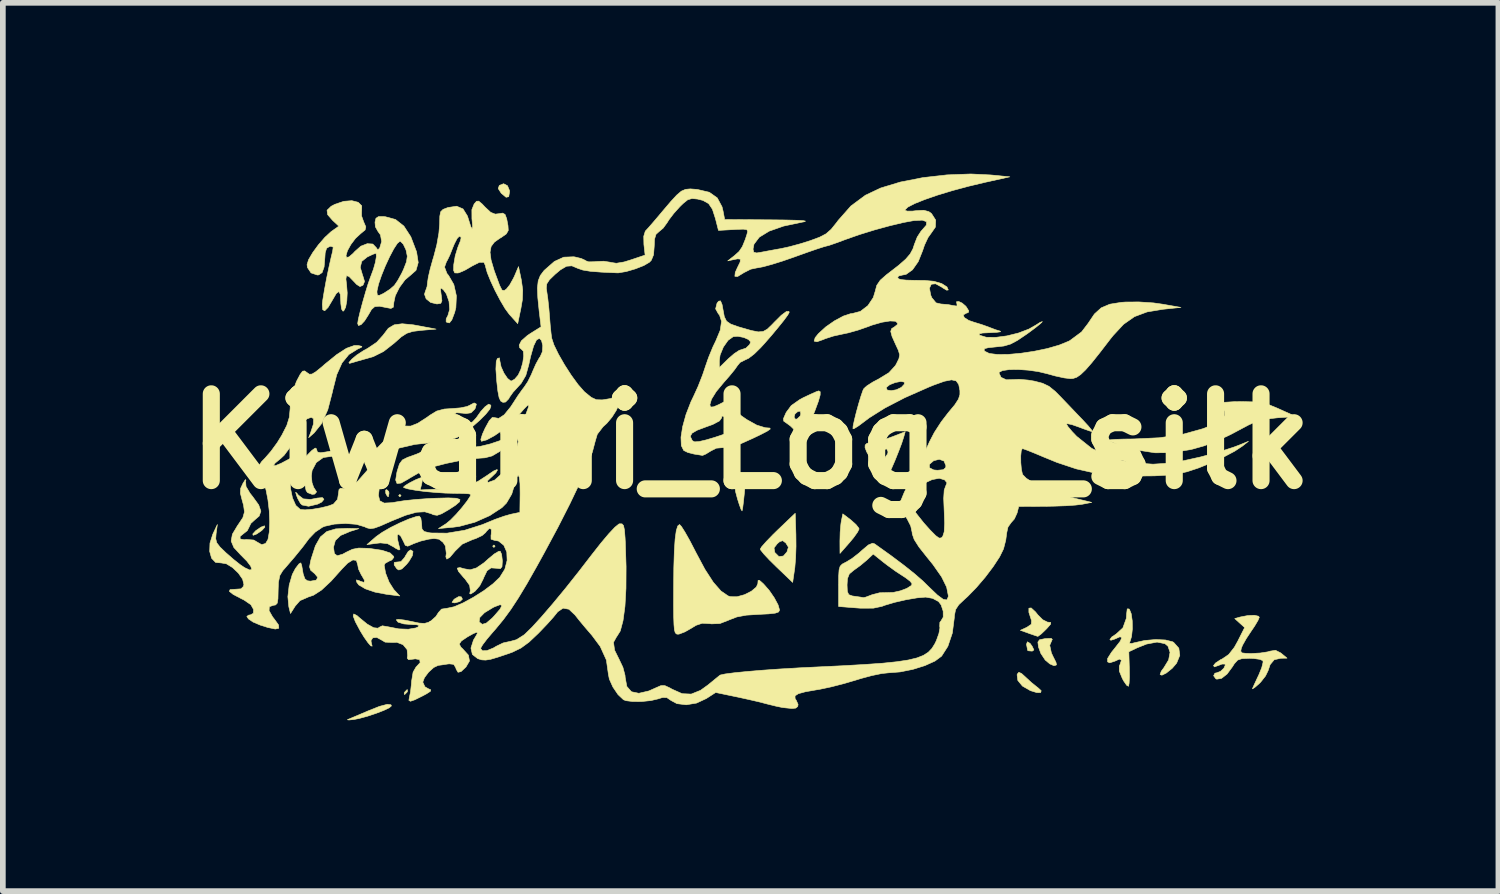
<source format=kicad_pcb>
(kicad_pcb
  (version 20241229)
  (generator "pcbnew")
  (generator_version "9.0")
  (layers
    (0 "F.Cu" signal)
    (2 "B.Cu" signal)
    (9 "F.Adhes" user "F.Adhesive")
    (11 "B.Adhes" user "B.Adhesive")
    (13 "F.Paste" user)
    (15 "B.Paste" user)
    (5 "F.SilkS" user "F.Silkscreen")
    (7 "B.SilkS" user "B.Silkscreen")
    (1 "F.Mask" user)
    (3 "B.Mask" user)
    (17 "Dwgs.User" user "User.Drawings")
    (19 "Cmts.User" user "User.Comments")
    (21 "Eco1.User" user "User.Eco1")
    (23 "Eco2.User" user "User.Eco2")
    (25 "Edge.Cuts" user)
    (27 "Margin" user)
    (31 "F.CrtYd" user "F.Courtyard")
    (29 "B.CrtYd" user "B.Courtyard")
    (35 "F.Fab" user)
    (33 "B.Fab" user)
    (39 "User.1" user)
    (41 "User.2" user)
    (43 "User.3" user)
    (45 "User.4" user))
  (footprint "Kiwami_Logo_silk"
    (layer "F.Cu")
    (at 10.131 4.7)
    (property "Reference" "Kiwami_Logo_silk" (at 0 0 0) (layer "F.SilkS") (effects (font (size 1.524 1.524) (thickness 0.3))))
    (attr through_hole)
    (fp_poly (pts (xy -6.138 0.953) (xy -6.16 0.974) (xy -6.181 0.953) (xy -6.16 0.931) (xy -6.138 0.953)) (stroke (width 0.01) (type solid)) (fill yes) (layer "F.SilkS"))
    (fp_poly (pts (xy -4.487 1.841) (xy -4.508 1.863) (xy -4.53 1.841) (xy -4.508 1.82) (xy -4.487 1.841)) (stroke (width 0.01) (type solid)) (fill yes) (layer "F.SilkS"))
    (fp_poly (pts (xy -6.355 0.881) (xy -6.35 0.91) (xy -6.359 0.967) (xy -6.367 0.974) (xy -6.394 0.941) (xy -6.408 0.91) (xy -6.409 0.856) (xy -6.391 0.847) (xy -6.355 0.881)) (stroke (width 0.01) (type solid)) (fill yes) (layer "F.SilkS"))
    (fp_poly (pts (xy -6.025 4.388) (xy -6.032 4.403) (xy -6.072 4.443) (xy -6.08 4.445) (xy -6.083 4.418) (xy -6.075 4.403) (xy -6.035 4.362) (xy -6.028 4.36) (xy -6.025 4.388)) (stroke (width 0.01) (type solid)) (fill yes) (layer "F.SilkS"))
    (fp_poly (pts (xy -5.08 2.731) (xy -5.061 2.771) (xy -5.105 2.812) (xy -5.187 2.835) (xy -5.205 2.836) (xy -5.243 2.827) (xy -5.217 2.786) (xy -5.199 2.768) (xy -5.126 2.726) (xy -5.08 2.731)) (stroke (width 0.01) (type solid)) (fill yes) (layer "F.SilkS"))
    (fp_poly (pts (xy 4.907 3.548) (xy 4.943 3.598) (xy 4.974 3.662) (xy 4.949 3.682) (xy 4.932 3.683) (xy 4.874 3.677) (xy 4.865 3.672) (xy 4.844 3.564) (xy 4.86 3.52) (xy 4.907 3.548)) (stroke (width 0.01) (type solid)) (fill yes) (layer "F.SilkS"))
    (fp_poly (pts (xy -8.53 1.506) (xy -8.58 1.561) (xy -8.588 1.568) (xy -8.674 1.627) (xy -8.736 1.65) (xy -8.742 1.626) (xy -8.692 1.571) (xy -8.684 1.565) (xy -8.598 1.506) (xy -8.536 1.483) (xy -8.53 1.506)) (stroke (width 0.01) (type solid)) (fill yes) (layer "F.SilkS"))
    (fp_poly (pts (xy -4.27 -4.489) (xy -4.234 -4.403) (xy -4.233 -4.383) (xy -4.248 -4.296) (xy -4.294 -4.286) (xy -4.374 -4.352) (xy -4.382 -4.361) (xy -4.432 -4.439) (xy -4.413 -4.494) (xy -4.338 -4.524) (xy -4.27 -4.489)) (stroke (width 0.01) (type solid)) (fill yes) (layer "F.SilkS"))
    (fp_poly (pts (xy 1.762 1.382) (xy 1.85 1.461) (xy 1.9 1.525) (xy 1.904 1.54) (xy 1.877 1.595) (xy 1.809 1.69) (xy 1.736 1.778) (xy 1.569 1.968) (xy 1.568 1.752) (xy 1.572 1.595) (xy 1.585 1.451) (xy 1.592 1.404) (xy 1.619 1.273) (xy 1.762 1.382)) (stroke (width 0.01) (type solid)) (fill yes) (layer "F.SilkS"))
    (fp_poly (pts (xy -7.97 0.908) (xy -7.942 0.944) (xy -7.855 1.01) (xy -7.729 1.02) (xy -7.609 0.996) (xy -7.519 0.988) (xy -7.493 1.018) (xy -7.532 1.066) (xy -7.602 1.102) (xy -7.762 1.14) (xy -7.874 1.118) (xy -7.905 1.09) (xy -7.952 1.006) (xy -7.973 0.953) (xy -7.99 0.894) (xy -7.97 0.908)) (stroke (width 0.01) (type solid)) (fill yes) (layer "F.SilkS"))
    (fp_poly (pts (xy -5.929 1.933) (xy -5.94 2.007) (xy -6 2.108) (xy -6.043 2.161) (xy -6.124 2.24) (xy -6.178 2.259) (xy -6.212 2.238) (xy -6.259 2.171) (xy -6.258 2.127) (xy -6.234 2.122) (xy -6.14 2.112) (xy -6.075 2.038) (xy -6.061 2.011) (xy -6.012 1.933) (xy -5.97 1.905) (xy -5.929 1.933)) (stroke (width 0.01) (type solid)) (fill yes) (layer "F.SilkS"))
    (fp_poly (pts (xy 4.759 4.078) (xy 4.825 4.138) (xy 4.93 4.235) (xy 5.031 4.316) (xy 5.039 4.321) (xy 5.102 4.379) (xy 5.093 4.411) (xy 5.026 4.412) (xy 4.91 4.377) (xy 4.91 4.376) (xy 4.773 4.297) (xy 4.692 4.199) (xy 4.679 4.099) (xy 4.683 4.087) (xy 4.71 4.055) (xy 4.759 4.078)) (stroke (width 0.01) (type solid)) (fill yes) (layer "F.SilkS"))
    (fp_poly (pts (xy -0.1 0.668) (xy -0.102 0.818) (xy -0.109 0.9) (xy -0.125 1.051) (xy -0.139 1.165) (xy -0.15 1.22) (xy -0.151 1.221) (xy -0.169 1.193) (xy -0.201 1.104) (xy -0.23 1.013) (xy -0.266 0.878) (xy -0.274 0.793) (xy -0.254 0.728) (xy -0.232 0.691) (xy -0.164 0.606) (xy -0.12 0.598) (xy -0.1 0.668)) (stroke (width 0.01) (type solid)) (fill yes) (layer "F.SilkS"))
    (fp_poly (pts (xy -6.316 4.626) (xy -6.308 4.646) (xy -6.346 4.679) (xy -6.443 4.725) (xy -6.579 4.777) (xy -6.729 4.827) (xy -6.873 4.866) (xy -6.964 4.884) (xy -7.053 4.893) (xy -7.081 4.889) (xy -7.07 4.883) (xy -7.001 4.854) (xy -6.88 4.803) (xy -6.732 4.74) (xy -6.724 4.736) (xy -6.518 4.654) (xy -6.382 4.618) (xy -6.316 4.626)) (stroke (width 0.01) (type solid)) (fill yes) (layer "F.SilkS"))
    (fp_poly (pts (xy 5.298 3.481) (xy 5.292 3.488) (xy 5.252 3.581) (xy 5.281 3.715) (xy 5.313 3.783) (xy 5.362 3.881) (xy 5.371 3.925) (xy 5.341 3.937) (xy 5.32 3.937) (xy 5.254 3.908) (xy 5.173 3.84) (xy 5.096 3.724) (xy 5.055 3.612) (xy 5.044 3.525) (xy 5.073 3.484) (xy 5.162 3.466) (xy 5.182 3.464) (xy 5.28 3.46) (xy 5.298 3.481)) (stroke (width 0.01) (type solid)) (fill yes) (layer "F.SilkS"))
    (fp_poly (pts (xy 5.002 2.995) (xy 5.044 3.048) (xy 5.128 3.132) (xy 5.211 3.174) (xy 5.223 3.175) (xy 5.27 3.181) (xy 5.267 3.211) (xy 5.208 3.279) (xy 5.186 3.302) (xy 5.105 3.38) (xy 5.049 3.422) (xy 5.04 3.424) (xy 4.988 3.407) (xy 4.892 3.374) (xy 4.877 3.368) (xy 4.737 3.318) (xy 4.849 3.266) (xy 4.928 3.213) (xy 4.934 3.148) (xy 4.931 3.142) (xy 4.886 3.003) (xy 4.886 2.93) (xy 4.926 2.925) (xy 5.002 2.995)) (stroke (width 0.01) (type solid)) (fill yes) (layer "F.SilkS"))
    (fp_poly (pts (xy -5.924 -2.046) (xy -5.826 -2.028) (xy -5.524 -1.971) (xy -5.784 -1.949) (xy -5.931 -1.931) (xy -6.037 -1.898) (xy -6.135 -1.835) (xy -6.255 -1.728) (xy -6.445 -1.579) (xy -6.626 -1.488) (xy -6.652 -1.48) (xy -6.798 -1.439) (xy -6.932 -1.401) (xy -6.96 -1.392) (xy -7.043 -1.369) (xy -7.055 -1.382) (xy -7.004 -1.442) (xy -7.002 -1.444) (xy -6.916 -1.516) (xy -6.791 -1.597) (xy -6.726 -1.632) (xy -6.567 -1.739) (xy -6.45 -1.868) (xy -6.442 -1.88) (xy -6.361 -1.986) (xy -6.259 -2.046) (xy -6.119 -2.065) (xy -5.924 -2.046)) (stroke (width 0.01) (type solid)) (fill yes) (layer "F.SilkS"))
    (fp_poly (pts (xy -4.373 1.983) (xy -4.361 2.085) (xy -4.36 2.103) (xy -4.366 2.201) (xy -4.395 2.236) (xy -4.456 2.229) (xy -4.558 2.222) (xy -4.629 2.273) (xy -4.687 2.393) (xy -4.694 2.413) (xy -4.756 2.535) (xy -4.838 2.63) (xy -4.844 2.634) (xy -4.914 2.681) (xy -4.933 2.674) (xy -4.922 2.621) (xy -4.934 2.53) (xy -5.016 2.415) (xy -5.04 2.39) (xy -5.13 2.284) (xy -5.152 2.226) (xy -5.105 2.216) (xy -5.033 2.237) (xy -4.926 2.256) (xy -4.815 2.223) (xy -4.682 2.132) (xy -4.599 2.058) (xy -4.501 1.977) (xy -4.425 1.932) (xy -4.398 1.929) (xy -4.373 1.983)) (stroke (width 0.01) (type solid)) (fill yes) (layer "F.SilkS"))
    (fp_poly (pts (xy 0.795 1.637) (xy 0.797 1.842) (xy 0.79 2.048) (xy 0.776 2.217) (xy 0.772 2.244) (xy 0.738 2.477) (xy 0.454 2.205) (xy 0.329 2.082) (xy 0.232 1.978) (xy 0.177 1.909) (xy 0.169 1.892) (xy 0.182 1.871) (xy 0.411 1.871) (xy 0.423 1.946) (xy 0.426 1.953) (xy 0.496 2.023) (xy 0.575 2.014) (xy 0.638 1.942) (xy 0.663 1.858) (xy 0.62 1.788) (xy 0.619 1.786) (xy 0.564 1.744) (xy 0.511 1.761) (xy 0.468 1.797) (xy 0.411 1.871) (xy 0.182 1.871) (xy 0.198 1.846) (xy 0.276 1.758) (xy 0.389 1.641) (xy 0.476 1.556) (xy 0.783 1.263) (xy 0.795 1.637)) (stroke (width 0.01) (type solid)) (fill yes) (layer "F.SilkS"))
    (fp_poly (pts (xy 2.688 -0.075) (xy 2.652 0.036) (xy 2.598 0.178) (xy 2.536 0.333) (xy 2.473 0.479) (xy 2.418 0.598) (xy 2.38 0.667) (xy 2.37 0.677) (xy 2.334 0.645) (xy 2.27 0.56) (xy 2.214 0.476) (xy 2.105 0.302) (xy 2.069 0.24) (xy 2.265 0.24) (xy 2.278 0.294) (xy 2.324 0.309) (xy 2.354 0.292) (xy 2.405 0.22) (xy 2.413 0.185) (xy 2.39 0.132) (xy 2.33 0.147) (xy 2.298 0.174) (xy 2.265 0.24) (xy 2.069 0.24) (xy 2.038 0.185) (xy 2.009 0.11) (xy 2.011 0.065) (xy 2.038 0.038) (xy 2.126 0.007) (xy 2.189 0.001) (xy 2.281 -0.015) (xy 2.414 -0.054) (xy 2.499 -0.085) (xy 2.715 -0.17) (xy 2.688 -0.075)) (stroke (width 0.01) (type solid)) (fill yes) (layer "F.SilkS"))
    (fp_poly (pts (xy 1.222 -0.871) (xy 1.221 -0.814) (xy 1.19 -0.704) (xy 1.127 -0.533) (xy 1.074 -0.401) (xy 0.995 -0.207) (xy 0.942 -0.082) (xy 0.909 -0.017) (xy 0.894 -0.001) (xy 0.889 -0.026) (xy 0.889 -0.029) (xy 0.86 -0.093) (xy 0.789 -0.182) (xy 0.7 -0.269) (xy 0.625 -0.324) (xy 0.581 -0.355) (xy 0.576 -0.398) (xy 0.588 -0.425) (xy 0.763 -0.425) (xy 0.785 -0.39) (xy 0.815 -0.392) (xy 0.869 -0.444) (xy 0.881 -0.48) (xy 0.872 -0.53) (xy 0.829 -0.524) (xy 0.779 -0.482) (xy 0.763 -0.425) (xy 0.588 -0.425) (xy 0.612 -0.481) (xy 0.625 -0.509) (xy 0.714 -0.629) (xy 0.862 -0.733) (xy 0.931 -0.77) (xy 1.059 -0.83) (xy 1.156 -0.873) (xy 1.196 -0.886) (xy 1.222 -0.871)) (stroke (width 0.01) (type solid)) (fill yes) (layer "F.SilkS"))
    (fp_poly (pts (xy -7.622 0.133) (xy -7.622 0.14) (xy -7.608 0.187) (xy -7.555 0.2) (xy -7.461 0.187) (xy -7.347 0.167) (xy -7.268 0.155) (xy -7.26 0.154) (xy -7.223 0.183) (xy -7.218 0.212) (xy -7.245 0.256) (xy -7.336 0.263) (xy -7.35 0.262) (xy -7.505 0.284) (xy -7.628 0.373) (xy -7.701 0.512) (xy -7.713 0.609) (xy -7.702 0.726) (xy -7.673 0.808) (xy -7.667 0.817) (xy -7.622 0.887) (xy -7.655 0.926) (xy -7.7 0.931) (xy -7.78 0.9) (xy -7.806 0.864) (xy -7.826 0.77) (xy -7.832 0.69) (xy -7.844 0.613) (xy -7.895 0.6) (xy -7.916 0.605) (xy -7.987 0.603) (xy -8 0.55) (xy -7.958 0.455) (xy -7.864 0.327) (xy -7.812 0.269) (xy -7.706 0.161) (xy -7.645 0.117) (xy -7.622 0.133)) (stroke (width 0.01) (type solid)) (fill yes) (layer "F.SilkS"))
    (fp_poly (pts (xy 8.828 -0.693) (xy 8.977 -0.676) (xy 9.114 -0.638) (xy 9.272 -0.572) (xy 9.285 -0.566) (xy 9.575 -0.435) (xy 9.255 -0.414) (xy 9.034 -0.39) (xy 8.86 -0.342) (xy 8.733 -0.282) (xy 8.433 -0.122) (xy 8.182 -0.004) (xy 7.963 0.079) (xy 7.757 0.137) (xy 7.712 0.147) (xy 7.389 0.198) (xy 7.102 0.201) (xy 6.812 0.157) (xy 6.635 0.11) (xy 6.478 0.061) (xy 6.355 0.019) (xy 6.285 -0.01) (xy 6.279 -0.015) (xy 6.307 -0.026) (xy 6.404 -0.035) (xy 6.555 -0.04) (xy 6.726 -0.042) (xy 7.177 -0.063) (xy 7.588 -0.124) (xy 7.942 -0.222) (xy 8.076 -0.276) (xy 8.241 -0.367) (xy 8.323 -0.452) (xy 8.32 -0.531) (xy 8.276 -0.577) (xy 8.225 -0.628) (xy 8.239 -0.664) (xy 8.323 -0.686) (xy 8.482 -0.696) (xy 8.629 -0.698) (xy 8.828 -0.693)) (stroke (width 0.01) (type solid)) (fill yes) (layer "F.SilkS"))
    (fp_poly (pts (xy -4.816 -0.654) (xy -4.835 -0.583) (xy -4.847 -0.563) (xy -4.911 -0.501) (xy -4.999 -0.488) (xy -5.059 -0.495) (xy -5.163 -0.503) (xy -5.204 -0.477) (xy -5.207 -0.459) (xy -5.174 -0.361) (xy -5.092 -0.307) (xy -4.987 -0.3) (xy -4.883 -0.342) (xy -4.817 -0.414) (xy -4.739 -0.524) (xy -4.665 -0.606) (xy -4.601 -0.653) (xy -4.567 -0.638) (xy -4.56 -0.622) (xy -4.579 -0.567) (xy -4.651 -0.477) (xy -4.76 -0.368) (xy -4.889 -0.255) (xy -5.024 -0.151) (xy -5.147 -0.073) (xy -5.159 -0.066) (xy -5.284 -0.023) (xy -5.455 0.008) (xy -5.582 0.02) (xy -5.898 0.054) (xy -6.198 0.124) (xy -6.461 0.223) (xy -6.665 0.344) (xy -6.699 0.371) (xy -6.757 0.409) (xy -6.773 0.383) (xy -6.745 0.332) (xy -6.668 0.238) (xy -6.556 0.115) (xy -6.463 0.019) (xy -6.309 -0.13) (xy -6.199 -0.221) (xy -6.122 -0.265) (xy -6.065 -0.269) (xy -5.969 -0.268) (xy -5.847 -0.316) (xy -5.687 -0.419) (xy -5.63 -0.46) (xy -5.512 -0.532) (xy -5.38 -0.567) (xy -5.239 -0.576) (xy -5.095 -0.588) (xy -4.98 -0.612) (xy -4.934 -0.633) (xy -4.855 -0.675) (xy -4.816 -0.654)) (stroke (width 0.01) (type solid)) (fill yes) (layer "F.SilkS"))
    (fp_poly (pts (xy -1.215 1.496) (xy -1.153 1.594) (xy -1.071 1.739) (xy -0.978 1.918) (xy -0.966 1.942) (xy -0.803 2.247) (xy -0.656 2.474) (xy -0.521 2.628) (xy -0.396 2.714) (xy -0.353 2.728) (xy -0.24 2.729) (xy -0.109 2.693) (xy 0.013 2.632) (xy 0.1 2.559) (xy 0.127 2.498) (xy 0.131 2.441) (xy 0.154 2.44) (xy 0.217 2.495) (xy 0.229 2.507) (xy 0.325 2.616) (xy 0.415 2.747) (xy 0.482 2.872) (xy 0.508 2.963) (xy 0.508 2.963) (xy 0.491 2.996) (xy 0.431 3.017) (xy 0.313 3.03) (xy 0.149 3.038) (xy -0.075 3.052) (xy -0.241 3.083) (xy -0.374 3.134) (xy -0.382 3.138) (xy -0.539 3.199) (xy -0.688 3.205) (xy -0.719 3.201) (xy -0.849 3.194) (xy -0.96 3.231) (xy -1.041 3.281) (xy -1.155 3.346) (xy -1.252 3.383) (xy -1.276 3.387) (xy -1.303 3.382) (xy -1.324 3.36) (xy -1.338 3.31) (xy -1.346 3.221) (xy -1.351 3.082) (xy -1.353 2.88) (xy -1.352 2.606) (xy -1.352 2.593) (xy -1.349 2.223) (xy -1.34 1.933) (xy -1.326 1.717) (xy -1.306 1.57) (xy -1.28 1.486) (xy -1.248 1.46) (xy -1.215 1.496)) (stroke (width 0.01) (type solid)) (fill yes) (layer "F.SilkS"))
    (fp_poly (pts (xy 6.643 2.943) (xy 6.653 2.953) (xy 6.683 3.027) (xy 6.701 3.152) (xy 6.703 3.295) (xy 6.689 3.425) (xy 6.67 3.489) (xy 6.652 3.545) (xy 6.689 3.55) (xy 6.734 3.538) (xy 6.918 3.497) (xy 7.111 3.48) (xy 7.284 3.488) (xy 7.411 3.52) (xy 7.429 3.531) (xy 7.519 3.632) (xy 7.536 3.758) (xy 7.48 3.895) (xy 7.404 3.984) (xy 7.298 4.069) (xy 7.223 4.106) (xy 7.19 4.096) (xy 7.21 4.038) (xy 7.256 3.976) (xy 7.34 3.838) (xy 7.365 3.705) (xy 7.329 3.598) (xy 7.276 3.553) (xy 7.137 3.525) (xy 6.951 3.56) (xy 6.788 3.625) (xy 6.641 3.695) (xy 6.65 3.986) (xy 6.652 4.135) (xy 6.646 4.248) (xy 6.635 4.301) (xy 6.635 4.301) (xy 6.603 4.283) (xy 6.551 4.208) (xy 6.526 4.162) (xy 6.474 4.034) (xy 6.474 3.947) (xy 6.485 3.922) (xy 6.511 3.844) (xy 6.477 3.823) (xy 6.398 3.859) (xy 6.306 3.889) (xy 6.268 3.872) (xy 6.268 3.813) (xy 6.336 3.705) (xy 6.397 3.629) (xy 6.49 3.51) (xy 6.519 3.444) (xy 6.484 3.432) (xy 6.39 3.473) (xy 6.326 3.493) (xy 6.308 3.48) (xy 6.341 3.436) (xy 6.418 3.384) (xy 6.537 3.275) (xy 6.597 3.109) (xy 6.604 3.016) (xy 6.613 2.942) (xy 6.643 2.943)) (stroke (width 0.01) (type solid)) (fill yes) (layer "F.SilkS"))
    (fp_poly (pts (xy 8.919 3.071) (xy 8.932 3.09) (xy 8.909 3.145) (xy 8.85 3.244) (xy 8.789 3.334) (xy 8.705 3.461) (xy 8.64 3.576) (xy 8.617 3.63) (xy 8.606 3.686) (xy 8.63 3.715) (xy 8.708 3.724) (xy 8.8 3.725) (xy 8.948 3.717) (xy 9.078 3.697) (xy 9.118 3.685) (xy 9.217 3.669) (xy 9.308 3.715) (xy 9.322 3.726) (xy 9.419 3.807) (xy 9.308 3.809) (xy 9.194 3.835) (xy 9.122 3.921) (xy 9.088 4.023) (xy 9.041 4.12) (xy 8.956 4.228) (xy 8.928 4.256) (xy 8.852 4.322) (xy 8.813 4.346) (xy 8.813 4.339) (xy 8.84 4.279) (xy 8.89 4.171) (xy 8.926 4.095) (xy 8.975 3.974) (xy 8.998 3.882) (xy 8.996 3.852) (xy 8.942 3.828) (xy 8.833 3.813) (xy 8.759 3.81) (xy 8.629 3.815) (xy 8.552 3.841) (xy 8.494 3.905) (xy 8.46 3.959) (xy 8.366 4.086) (xy 8.269 4.162) (xy 8.186 4.176) (xy 8.169 4.169) (xy 8.13 4.116) (xy 8.153 4.071) (xy 8.186 4.064) (xy 8.251 4.039) (xy 8.31 3.984) (xy 8.335 3.928) (xy 8.328 3.911) (xy 8.277 3.911) (xy 8.216 3.935) (xy 8.144 3.96) (xy 8.128 3.938) (xy 8.163 3.893) (xy 8.249 3.836) (xy 8.281 3.821) (xy 8.395 3.743) (xy 8.494 3.617) (xy 8.554 3.509) (xy 8.675 3.269) (xy 8.588 3.191) (xy 8.501 3.112) (xy 8.6 3.084) (xy 8.731 3.059) (xy 8.846 3.054) (xy 8.919 3.071)) (stroke (width 0.01) (type solid)) (fill yes) (layer "F.SilkS"))
    (fp_poly (pts (xy -6.879 1.533) (xy -7.032 1.581) (xy -7.199 1.652) (xy -7.292 1.74) (xy -7.324 1.856) (xy -7.324 1.865) (xy -7.309 1.971) (xy -7.259 2.009) (xy -7.163 1.981) (xy -7.097 1.945) (xy -6.992 1.895) (xy -6.883 1.874) (xy -6.734 1.878) (xy -6.688 1.881) (xy -6.473 1.913) (xy -6.332 1.959) (xy -6.269 2.019) (xy -6.265 2.037) (xy -6.301 2.083) (xy -6.35 2.104) (xy -6.419 2.143) (xy -6.435 2.175) (xy -6.41 2.315) (xy -6.348 2.473) (xy -6.267 2.601) (xy -6.256 2.613) (xy -6.161 2.715) (xy -6.393 2.686) (xy -6.598 2.647) (xy -6.767 2.589) (xy -6.881 2.521) (xy -6.917 2.472) (xy -6.922 2.433) (xy -6.873 2.447) (xy -6.857 2.456) (xy -6.789 2.477) (xy -6.779 2.442) (xy -6.828 2.356) (xy -6.835 2.347) (xy -6.886 2.241) (xy -6.899 2.17) (xy -6.923 2.091) (xy -6.985 2.082) (xy -7.077 2.139) (xy -7.169 2.233) (xy -7.369 2.456) (xy -7.535 2.611) (xy -7.676 2.702) (xy -7.767 2.733) (xy -7.914 2.797) (xy -7.997 2.892) (xy -8.08 3.023) (xy -8.109 2.905) (xy -8.126 2.728) (xy -8.103 2.525) (xy -8.048 2.337) (xy -7.993 2.232) (xy -7.93 2.151) (xy -7.899 2.134) (xy -7.884 2.176) (xy -7.883 2.181) (xy -7.857 2.33) (xy -7.828 2.413) (xy -7.785 2.448) (xy -7.728 2.455) (xy -7.627 2.437) (xy -7.602 2.388) (xy -7.657 2.32) (xy -7.671 2.31) (xy -7.727 2.262) (xy -7.745 2.205) (xy -7.728 2.109) (xy -7.717 2.064) (xy -7.643 1.835) (xy -7.555 1.679) (xy -7.441 1.583) (xy -7.286 1.537) (xy -7.082 1.528) (xy -6.879 1.533)) (stroke (width 0.01) (type solid)) (fill yes) (layer "F.SilkS"))
    (fp_poly (pts (xy -4.716 -4.169) (xy -4.661 -4.111) (xy -4.564 -4.021) (xy -4.485 -3.99) (xy -4.423 -3.997) (xy -4.354 -4.008) (xy -4.312 -3.984) (xy -4.284 -3.91) (xy -4.261 -3.788) (xy -4.256 -3.703) (xy -4.29 -3.643) (xy -4.379 -3.58) (xy -4.406 -3.565) (xy -4.5 -3.498) (xy -4.557 -3.422) (xy -4.576 -3.321) (xy -4.558 -3.184) (xy -4.503 -2.997) (xy -4.411 -2.748) (xy -4.406 -2.736) (xy -4.367 -2.657) (xy -4.328 -2.647) (xy -4.29 -2.673) (xy -4.23 -2.747) (xy -4.166 -2.862) (xy -4.148 -2.899) (xy -4.076 -3.069) (xy -4.027 -2.836) (xy -4.002 -2.658) (xy -4.008 -2.487) (xy -4.034 -2.335) (xy -4.09 -2.067) (xy -4.239 -2.232) (xy -4.312 -2.332) (xy -4.398 -2.478) (xy -4.487 -2.647) (xy -4.566 -2.817) (xy -4.626 -2.965) (xy -4.655 -3.069) (xy -4.657 -3.085) (xy -4.684 -3.145) (xy -4.764 -3.143) (xy -4.891 -3.079) (xy -4.899 -3.074) (xy -5.016 -3.006) (xy -5.117 -2.962) (xy -5.142 -2.956) (xy -5.196 -2.958) (xy -5.216 -3.002) (xy -5.213 -3.104) (xy -5.187 -3.258) (xy -5.142 -3.405) (xy -5.14 -3.41) (xy -5.095 -3.523) (xy -5.083 -3.579) (xy -5.103 -3.597) (xy -5.119 -3.598) (xy -5.154 -3.562) (xy -5.202 -3.469) (xy -5.232 -3.397) (xy -5.281 -3.273) (xy -5.325 -3.181) (xy -5.341 -3.156) (xy -5.375 -3.06) (xy -5.333 -2.948) (xy -5.303 -2.911) (xy -5.212 -2.754) (xy -5.167 -2.555) (xy -5.176 -2.348) (xy -5.197 -2.264) (xy -5.246 -2.135) (xy -5.289 -2.08) (xy -5.334 -2.09) (xy -5.347 -2.101) (xy -5.346 -2.152) (xy -5.316 -2.209) (xy -5.285 -2.316) (xy -5.296 -2.456) (xy -5.343 -2.59) (xy -5.393 -2.659) (xy -5.434 -2.693) (xy -5.446 -2.671) (xy -5.435 -2.58) (xy -5.433 -2.569) (xy -5.421 -2.467) (xy -5.441 -2.423) (xy -5.503 -2.413) (xy -5.512 -2.413) (xy -5.619 -2.439) (xy -5.698 -2.503) (xy -5.727 -2.583) (xy -5.714 -2.626) (xy -5.682 -2.716) (xy -5.673 -2.794) (xy -5.66 -2.883) (xy -5.627 -3.026) (xy -5.58 -3.195) (xy -5.566 -3.239) (xy -5.511 -3.449) (xy -5.474 -3.658) (xy -5.461 -3.817) (xy -5.458 -3.954) (xy -5.443 -4.031) (xy -5.401 -4.073) (xy -5.32 -4.104) (xy -5.315 -4.106) (xy -5.162 -4.129) (xy -5.05 -4.081) (xy -4.973 -3.957) (xy -4.953 -3.894) (xy -4.914 -3.771) (xy -4.89 -3.732) (xy -4.882 -3.775) (xy -4.893 -3.901) (xy -4.894 -3.905) (xy -4.895 -4.069) (xy -4.855 -4.168) (xy -4.813 -4.216) (xy -4.775 -4.218) (xy -4.716 -4.169)) (stroke (width 0.01) (type solid)) (fill yes) (layer "F.SilkS"))
    (fp_poly (pts (xy -0.502 -2.404) (xy -0.485 -2.312) (xy -0.462 -2.188) (xy -0.423 -2.11) (xy -0.349 -2.059) (xy -0.22 -2.013) (xy -0.169 -1.998) (xy 0.012 -1.946) (xy 0.134 -1.922) (xy 0.22 -1.929) (xy 0.293 -1.97) (xy 0.376 -2.05) (xy 0.416 -2.092) (xy 0.54 -2.215) (xy 0.628 -2.28) (xy 0.673 -2.282) (xy 0.677 -2.264) (xy 0.651 -2.217) (xy 0.582 -2.123) (xy 0.481 -1.998) (xy 0.363 -1.856) (xy 0.239 -1.714) (xy 0.174 -1.643) (xy 0.065 -1.536) (xy -0.035 -1.459) (xy -0.095 -1.431) (xy -0.185 -1.386) (xy -0.229 -1.333) (xy -0.281 -1.259) (xy -0.371 -1.149) (xy -0.471 -1.035) (xy -0.605 -0.873) (xy -0.688 -0.739) (xy -0.716 -0.641) (xy -0.702 -0.603) (xy -0.653 -0.606) (xy -0.56 -0.645) (xy -0.512 -0.67) (xy -0.373 -0.74) (xy -0.292 -0.758) (xy -0.26 -0.722) (xy -0.265 -0.646) (xy -0.269 -0.575) (xy -0.239 -0.515) (xy -0.161 -0.447) (xy -0.069 -0.383) (xy 0.107 -0.285) (xy 0.257 -0.239) (xy 0.286 -0.237) (xy 0.339 -0.233) (xy 0.344 -0.216) (xy 0.293 -0.18) (xy 0.178 -0.12) (xy 0.038 -0.053) (xy -0.176 0.043) (xy -0.331 0.097) (xy -0.435 0.111) (xy -0.46 0.108) (xy -0.603 0.12) (xy -0.699 0.169) (xy -0.787 0.223) (xy -0.843 0.247) (xy -0.847 0.247) (xy -0.9 0.238) (xy -0.995 0.223) (xy -1.104 0.195) (xy -1.175 0.16) (xy -1.217 0.075) (xy -1.223 -0.07) (xy -1.221 -0.084) (xy -1.058 -0.084) (xy -1.024 -0.012) (xy -0.984 0.009) (xy -0.907 0.004) (xy -0.782 -0.025) (xy -0.63 -0.07) (xy -0.475 -0.122) (xy -0.341 -0.176) (xy -0.248 -0.222) (xy -0.221 -0.247) (xy -0.24 -0.29) (xy -0.27 -0.296) (xy -0.344 -0.325) (xy -0.422 -0.389) (xy -0.482 -0.446) (xy -0.506 -0.438) (xy -0.508 -0.414) (xy -0.547 -0.359) (xy -0.664 -0.297) (xy -0.783 -0.254) (xy -0.94 -0.195) (xy -1.028 -0.144) (xy -1.058 -0.092) (xy -1.058 -0.084) (xy -1.221 -0.084) (xy -1.194 -0.257) (xy -1.135 -0.471) (xy -1.048 -0.695) (xy -0.999 -0.797) (xy -0.922 -0.966) (xy -0.844 -1.165) (xy -0.8 -1.295) (xy -0.55 -1.295) (xy -0.39 -1.452) (xy -0.287 -1.541) (xy -0.2 -1.598) (xy -0.165 -1.609) (xy -0.082 -1.637) (xy -0.016 -1.701) (xy 0 -1.745) (xy -0.037 -1.788) (xy -0.123 -1.825) (xy -0.226 -1.845) (xy -0.305 -1.839) (xy -0.396 -1.774) (xy -0.479 -1.656) (xy -0.536 -1.517) (xy -0.55 -1.42) (xy -0.55 -1.295) (xy -0.8 -1.295) (xy -0.8 -1.297) (xy -0.737 -1.477) (xy -0.663 -1.657) (xy -0.611 -1.765) (xy -0.533 -1.953) (xy -0.511 -2.108) (xy -0.547 -2.219) (xy -0.567 -2.24) (xy -0.615 -2.327) (xy -0.59 -2.426) (xy -0.562 -2.461) (xy -0.529 -2.467) (xy -0.502 -2.404)) (stroke (width 0.01) (type solid)) (fill yes) (layer "F.SilkS"))
    (fp_poly (pts (xy -6.892 -4.198) (xy -6.829 -4.136) (xy -6.831 -4.043) (xy -6.832 -4.041) (xy -6.832 -3.958) (xy -6.795 -3.854) (xy -6.794 -3.852) (xy -6.757 -3.766) (xy -6.77 -3.712) (xy -6.843 -3.652) (xy -6.85 -3.646) (xy -6.939 -3.564) (xy -7.02 -3.456) (xy -7.08 -3.348) (xy -7.105 -3.262) (xy -7.096 -3.23) (xy -7.052 -3.239) (xy -6.981 -3.3) (xy -6.95 -3.334) (xy -6.845 -3.427) (xy -6.732 -3.471) (xy -6.635 -3.465) (xy -6.576 -3.404) (xy -6.547 -3.362) (xy -6.514 -3.394) (xy -6.479 -3.509) (xy -6.5 -3.626) (xy -6.543 -3.685) (xy -6.589 -3.767) (xy -6.596 -3.849) (xy -6.579 -3.918) (xy -6.535 -3.946) (xy -6.436 -3.946) (xy -6.413 -3.944) (xy -6.236 -3.896) (xy -6.089 -3.78) (xy -5.967 -3.592) (xy -5.866 -3.327) (xy -5.837 -3.14) (xy -5.876 -3.003) (xy -5.966 -2.923) (xy -6.069 -2.836) (xy -6.167 -2.703) (xy -6.24 -2.557) (xy -6.265 -2.441) (xy -6.274 -2.356) (xy -6.316 -2.334) (xy -6.382 -2.346) (xy -6.518 -2.373) (xy -6.6 -2.366) (xy -6.658 -2.315) (xy -6.709 -2.226) (xy -6.778 -2.117) (xy -6.841 -2.049) (xy -6.887 -2.034) (xy -6.9 -2.07) (xy -6.889 -2.143) (xy -6.858 -2.273) (xy -6.815 -2.435) (xy -6.766 -2.605) (xy -6.761 -2.622) (xy -6.562 -2.622) (xy -6.555 -2.567) (xy -6.518 -2.564) (xy -6.445 -2.598) (xy -6.334 -2.67) (xy -6.256 -2.738) (xy -6.197 -2.824) (xy -6.127 -2.951) (xy -6.095 -3.019) (xy -6.043 -3.153) (xy -6.029 -3.251) (xy -6.049 -3.351) (xy -6.054 -3.367) (xy -6.1 -3.463) (xy -6.15 -3.512) (xy -6.158 -3.514) (xy -6.203 -3.477) (xy -6.267 -3.379) (xy -6.341 -3.239) (xy -6.416 -3.077) (xy -6.483 -2.911) (xy -6.534 -2.762) (xy -6.56 -2.647) (xy -6.562 -2.622) (xy -6.761 -2.622) (xy -6.719 -2.76) (xy -6.679 -2.874) (xy -6.669 -2.9) (xy -6.624 -3.021) (xy -6.589 -3.144) (xy -6.572 -3.245) (xy -6.576 -3.299) (xy -6.582 -3.302) (xy -6.634 -3.284) (xy -6.725 -3.241) (xy -6.733 -3.237) (xy -6.829 -3.16) (xy -6.855 -3.055) (xy -6.812 -2.91) (xy -6.808 -2.901) (xy -6.78 -2.807) (xy -6.805 -2.746) (xy -6.811 -2.74) (xy -6.859 -2.718) (xy -6.919 -2.756) (xy -6.965 -2.805) (xy -7.051 -2.894) (xy -7.097 -2.91) (xy -7.107 -2.85) (xy -7.095 -2.748) (xy -7.084 -2.607) (xy -7.091 -2.467) (xy -7.112 -2.354) (xy -7.145 -2.291) (xy -7.159 -2.286) (xy -7.183 -2.323) (xy -7.196 -2.417) (xy -7.197 -2.448) (xy -7.205 -2.581) (xy -7.23 -2.63) (xy -7.275 -2.598) (xy -7.34 -2.487) (xy -7.42 -2.352) (xy -7.479 -2.293) (xy -7.514 -2.312) (xy -7.521 -2.409) (xy -7.513 -2.482) (xy -7.485 -2.652) (xy -7.447 -2.858) (xy -7.403 -3.068) (xy -7.362 -3.249) (xy -7.34 -3.338) (xy -7.33 -3.41) (xy -7.369 -3.426) (xy -7.392 -3.422) (xy -7.446 -3.391) (xy -7.471 -3.311) (xy -7.476 -3.231) (xy -7.49 -3.062) (xy -7.525 -2.963) (xy -7.584 -2.923) (xy -7.61 -2.921) (xy -7.719 -2.958) (xy -7.782 -3.052) (xy -7.789 -3.104) (xy -7.762 -3.191) (xy -7.689 -3.315) (xy -7.589 -3.452) (xy -7.477 -3.581) (xy -7.371 -3.679) (xy -7.359 -3.688) (xy -7.231 -3.779) (xy -7.341 -3.881) (xy -7.428 -3.981) (xy -7.438 -4.058) (xy -7.367 -4.127) (xy -7.301 -4.162) (xy -7.144 -4.215) (xy -7.002 -4.226) (xy -6.892 -4.198)) (stroke (width 0.01) (type solid)) (fill yes) (layer "F.SilkS"))
    (fp_poly (pts (xy -6.826 -1.668) (xy -6.836 -1.65) (xy -6.9 -1.621) (xy -7.055 -1.525) (xy -7.175 -1.378) (xy -7.268 -1.171) (xy -7.339 -0.892) (xy -7.342 -0.874) (xy -7.425 -0.555) (xy -7.534 -0.311) (xy -7.665 -0.148) (xy -7.761 -0.064) (xy -7.728 -0.148) (xy -7.677 -0.304) (xy -7.675 -0.397) (xy -7.714 -0.423) (xy -7.791 -0.394) (xy -7.873 -0.3) (xy -7.966 -0.135) (xy -8.012 -0.036) (xy -8.095 0.115) (xy -8.192 0.245) (xy -8.251 0.3) (xy -8.35 0.382) (xy -8.379 0.424) (xy -8.342 0.426) (xy -8.243 0.385) (xy -8.149 0.335) (xy -8.01 0.261) (xy -7.937 0.235) (xy -7.926 0.259) (xy -7.973 0.333) (xy -8.001 0.369) (xy -8.059 0.493) (xy -8.085 0.654) (xy -8.079 0.83) (xy -8.045 0.994) (xy -7.987 1.125) (xy -7.906 1.197) (xy -7.824 1.203) (xy -7.693 1.192) (xy -7.544 1.167) (xy -7.408 1.133) (xy -7.326 1.102) (xy -7.254 1.019) (xy -7.239 0.927) (xy -7.228 0.846) (xy -7.201 0.823) (xy -7.199 0.824) (xy -7.12 0.828) (xy -7.012 0.782) (xy -6.899 0.699) (xy -6.806 0.594) (xy -6.805 0.593) (xy -6.731 0.508) (xy -6.626 0.418) (xy -6.512 0.337) (xy -6.409 0.279) (xy -6.338 0.26) (xy -6.325 0.265) (xy -6.331 0.311) (xy -6.372 0.399) (xy -6.391 0.432) (xy -6.452 0.566) (xy -6.504 0.729) (xy -6.516 0.787) (xy -6.536 0.948) (xy -6.512 1.044) (xy -6.435 1.084) (xy -6.295 1.077) (xy -6.217 1.063) (xy -6.076 1.041) (xy -5.881 1.021) (xy -5.663 1.005) (xy -5.533 0.999) (xy -5.311 0.993) (xy -5.17 0.999) (xy -5.104 1.02) (xy -5.111 1.061) (xy -5.185 1.124) (xy -5.307 1.203) (xy -5.427 1.272) (xy -5.505 1.299) (xy -5.57 1.289) (xy -5.608 1.271) (xy -5.722 1.237) (xy -5.868 1.245) (xy -6.058 1.298) (xy -6.305 1.398) (xy -6.337 1.412) (xy -6.499 1.484) (xy -6.606 1.523) (xy -6.679 1.533) (xy -6.739 1.519) (xy -6.779 1.5) (xy -6.923 1.457) (xy -7.111 1.442) (xy -7.308 1.453) (xy -7.478 1.491) (xy -7.519 1.508) (xy -7.645 1.593) (xy -7.752 1.704) (xy -7.756 1.709) (xy -7.863 1.852) (xy -8.012 2.035) (xy -8.184 2.235) (xy -8.216 2.271) (xy -8.267 2.355) (xy -8.292 2.477) (xy -8.297 2.62) (xy -8.3 2.763) (xy -8.313 2.842) (xy -8.343 2.873) (xy -8.382 2.879) (xy -8.452 2.904) (xy -8.456 2.974) (xy -8.394 3.083) (xy -8.362 3.124) (xy -8.29 3.224) (xy -8.285 3.282) (xy -8.347 3.296) (xy -8.48 3.268) (xy -8.612 3.226) (xy -8.737 3.173) (xy -8.818 3.118) (xy -8.847 3.074) (xy -8.811 3.05) (xy -8.785 3.048) (xy -8.732 3.019) (xy -8.728 2.953) (xy -8.776 2.868) (xy -8.9 2.784) (xy -8.939 2.765) (xy -9.086 2.688) (xy -9.154 2.634) (xy -9.141 2.603) (xy -9.049 2.597) (xy -8.949 2.59) (xy -8.906 2.547) (xy -8.898 2.513) (xy -8.921 2.42) (xy -8.995 2.314) (xy -9.098 2.216) (xy -9.206 2.15) (xy -9.296 2.135) (xy -9.395 2.126) (xy -9.465 2.053) (xy -9.499 1.934) (xy -9.494 1.787) (xy -9.444 1.63) (xy -9.364 1.46) (xy -9.386 1.619) (xy -9.393 1.71) (xy -9.375 1.781) (xy -9.317 1.857) (xy -9.208 1.962) (xy -9.207 1.962) (xy -9.08 2.073) (xy -8.957 2.17) (xy -8.884 2.219) (xy -8.794 2.26) (xy -8.76 2.248) (xy -8.778 2.193) (xy -8.846 2.103) (xy -8.954 1.994) (xy -9.074 1.865) (xy -9.122 1.751) (xy -9.1 1.63) (xy -9.011 1.481) (xy -8.994 1.457) (xy -8.916 1.339) (xy -8.888 1.24) (xy -8.904 1.122) (xy -8.929 1.033) (xy -8.96 0.911) (xy -8.955 0.824) (xy -8.914 0.737) (xy -8.872 0.671) (xy -8.863 0.682) (xy -8.868 0.704) (xy -8.861 0.793) (xy -8.791 0.911) (xy -8.743 0.972) (xy -8.638 1.117) (xy -8.6 1.226) (xy -8.63 1.312) (xy -8.7 1.372) (xy -8.776 1.441) (xy -8.805 1.502) (xy -8.839 1.569) (xy -8.89 1.609) (xy -8.965 1.669) (xy -8.964 1.714) (xy -8.892 1.728) (xy -8.858 1.723) (xy -8.725 1.733) (xy -8.665 1.769) (xy -8.586 1.814) (xy -8.517 1.793) (xy -8.475 1.722) (xy -8.452 1.59) (xy -8.445 1.416) (xy -8.453 1.222) (xy -8.476 1.026) (xy -8.51 0.851) (xy -8.556 0.716) (xy -8.599 0.651) (xy -8.666 0.562) (xy -8.662 0.469) (xy -8.587 0.356) (xy -8.527 0.294) (xy -8.425 0.177) (xy -8.312 0.022) (xy -8.231 -0.11) (xy -8.144 -0.281) (xy -8.1 -0.424) (xy -8.086 -0.576) (xy -8.086 -0.599) (xy -8.059 -0.833) (xy -7.975 -1.052) (xy -7.911 -1.174) (xy -7.868 -1.232) (xy -7.831 -1.237) (xy -7.791 -1.208) (xy -7.749 -1.179) (xy -7.703 -1.181) (xy -7.635 -1.222) (xy -7.528 -1.309) (xy -7.476 -1.355) (xy -7.265 -1.526) (xy -7.097 -1.634) (xy -6.963 -1.682) (xy -6.887 -1.682) (xy -6.826 -1.668)) (stroke (width 0.01) (type solid)) (fill yes) (layer "F.SilkS"))
    (fp_poly (pts (xy 4.215 -4.678) (xy 4.551 -4.645) (xy 4.128 -4.551) (xy 3.829 -4.48) (xy 3.543 -4.403) (xy 3.282 -4.324) (xy 3.057 -4.246) (xy 2.879 -4.175) (xy 2.76 -4.113) (xy 2.71 -4.064) (xy 2.709 -4.059) (xy 2.747 -4.043) (xy 2.841 -4.043) (xy 2.901 -4.05) (xy 3.039 -4.058) (xy 3.129 -4.034) (xy 3.176 -4) (xy 3.249 -3.886) (xy 3.244 -3.762) (xy 3.174 -3.661) (xy 3.114 -3.577) (xy 3.053 -3.446) (xy 3.021 -3.351) (xy 2.943 -3.156) (xy 2.842 -3.012) (xy 2.729 -2.932) (xy 2.669 -2.921) (xy 2.599 -2.904) (xy 2.582 -2.879) (xy 2.595 -2.855) (xy 2.642 -2.84) (xy 2.737 -2.831) (xy 2.894 -2.827) (xy 3.046 -2.826) (xy 3.216 -2.811) (xy 3.356 -2.77) (xy 3.447 -2.712) (xy 3.471 -2.659) (xy 3.443 -2.654) (xy 3.374 -2.695) (xy 3.363 -2.704) (xy 3.249 -2.767) (xy 3.172 -2.759) (xy 3.14 -2.689) (xy 3.163 -2.566) (xy 3.182 -2.521) (xy 3.256 -2.432) (xy 3.341 -2.412) (xy 3.471 -2.401) (xy 3.552 -2.385) (xy 3.623 -2.375) (xy 3.624 -2.406) (xy 3.614 -2.451) (xy 3.653 -2.456) (xy 3.714 -2.428) (xy 3.776 -2.375) (xy 3.788 -2.36) (xy 3.831 -2.29) (xy 3.821 -2.261) (xy 3.788 -2.251) (xy 3.734 -2.22) (xy 3.751 -2.174) (xy 3.829 -2.124) (xy 3.919 -2.093) (xy 4.056 -2.051) (xy 4.177 -2.008) (xy 4.191 -2.002) (xy 4.305 -1.959) (xy 4.381 -1.936) (xy 4.389 -1.924) (xy 4.325 -1.915) (xy 4.212 -1.909) (xy 4.072 -1.902) (xy 4.011 -1.887) (xy 4.022 -1.863) (xy 4.137 -1.828) (xy 4.305 -1.826) (xy 4.501 -1.852) (xy 4.703 -1.902) (xy 4.887 -1.972) (xy 5.006 -2.04) (xy 5.083 -2.089) (xy 5.122 -2.103) (xy 5.122 -2.101) (xy 5.09 -2.068) (xy 5.005 -1.999) (xy 4.883 -1.908) (xy 4.841 -1.878) (xy 4.684 -1.772) (xy 4.563 -1.708) (xy 4.447 -1.674) (xy 4.311 -1.659) (xy 4.174 -1.645) (xy 4.107 -1.628) (xy 4.099 -1.6) (xy 4.111 -1.582) (xy 4.191 -1.543) (xy 4.335 -1.525) (xy 4.527 -1.527) (xy 4.748 -1.547) (xy 4.981 -1.582) (xy 5.211 -1.63) (xy 5.418 -1.69) (xy 5.587 -1.759) (xy 5.607 -1.77) (xy 5.812 -1.922) (xy 5.925 -2.07) (xy 6.037 -2.236) (xy 6.156 -2.344) (xy 6.306 -2.408) (xy 6.51 -2.441) (xy 6.582 -2.446) (xy 6.817 -2.448) (xy 7.074 -2.431) (xy 7.23 -2.409) (xy 7.556 -2.352) (xy 7.239 -2.319) (xy 6.962 -2.273) (xy 6.74 -2.19) (xy 6.549 -2.056) (xy 6.365 -1.858) (xy 6.316 -1.797) (xy 6.133 -1.559) (xy 5.991 -1.381) (xy 5.881 -1.255) (xy 5.795 -1.173) (xy 5.725 -1.125) (xy 5.662 -1.104) (xy 5.617 -1.101) (xy 5.506 -1.114) (xy 5.35 -1.148) (xy 5.209 -1.187) (xy 5.051 -1.225) (xy 4.874 -1.25) (xy 4.697 -1.262) (xy 4.541 -1.26) (xy 4.423 -1.243) (xy 4.364 -1.213) (xy 4.361 -1.201) (xy 4.397 -1.124) (xy 4.49 -1.081) (xy 4.603 -1.084) (xy 4.715 -1.089) (xy 4.869 -1.076) (xy 4.979 -1.058) (xy 5.126 -1.02) (xy 5.239 -0.966) (xy 5.349 -0.877) (xy 5.436 -0.789) (xy 5.58 -0.639) (xy 5.735 -0.476) (xy 5.837 -0.37) (xy 5.93 -0.269) (xy 5.989 -0.197) (xy 6.001 -0.169) (xy 6.001 -0.169) (xy 5.948 -0.184) (xy 5.844 -0.221) (xy 5.759 -0.253) (xy 5.642 -0.294) (xy 5.564 -0.31) (xy 5.546 -0.304) (xy 5.573 -0.258) (xy 5.644 -0.173) (xy 5.726 -0.087) (xy 5.99 0.124) (xy 6.309 0.278) (xy 6.671 0.372) (xy 7.065 0.401) (xy 7.333 0.384) (xy 7.594 0.342) (xy 7.897 0.275) (xy 8.205 0.192) (xy 8.483 0.102) (xy 8.586 0.063) (xy 8.742 -0.001) (xy 8.636 0.083) (xy 8.498 0.174) (xy 8.305 0.276) (xy 8.084 0.379) (xy 7.86 0.469) (xy 7.662 0.534) (xy 7.503 0.57) (xy 7.319 0.593) (xy 7.092 0.606) (xy 6.8 0.609) (xy 6.795 0.609) (xy 6.394 0.597) (xy 6.045 0.557) (xy 5.717 0.483) (xy 5.378 0.37) (xy 5.146 0.275) (xy 4.989 0.209) (xy 4.862 0.158) (xy 4.784 0.13) (xy 4.771 0.127) (xy 4.752 0.164) (xy 4.743 0.256) (xy 4.744 0.374) (xy 4.754 0.489) (xy 4.772 0.572) (xy 4.779 0.586) (xy 4.841 0.649) (xy 4.959 0.725) (xy 5.145 0.819) (xy 5.186 0.838) (xy 5.285 0.881) (xy 5.395 0.92) (xy 5.537 0.96) (xy 5.73 1.009) (xy 5.863 1.041) (xy 5.99 1.072) (xy 5.821 1.105) (xy 5.708 1.119) (xy 5.536 1.131) (xy 5.332 1.138) (xy 5.18 1.141) (xy 4.708 1.143) (xy 4.679 1.258) (xy 4.631 1.363) (xy 4.576 1.425) (xy 4.519 1.505) (xy 4.497 1.606) (xy 4.48 1.735) (xy 4.443 1.879) (xy 4.438 1.894) (xy 4.372 2.028) (xy 4.26 2.199) (xy 4.119 2.386) (xy 3.964 2.567) (xy 3.812 2.723) (xy 3.762 2.768) (xy 3.655 2.869) (xy 3.599 2.954) (xy 3.579 3.056) (xy 3.576 3.101) (xy 3.542 3.366) (xy 3.463 3.6) (xy 3.353 3.772) (xy 3.237 3.858) (xy 3.06 3.938) (xy 2.848 4.004) (xy 2.624 4.049) (xy 2.425 4.064) (xy 2.302 4.077) (xy 2.128 4.113) (xy 1.935 4.165) (xy 1.851 4.191) (xy 1.637 4.254) (xy 1.411 4.312) (xy 1.213 4.354) (xy 1.163 4.362) (xy 0.963 4.397) (xy 0.838 4.431) (xy 0.78 4.469) (xy 0.78 4.515) (xy 0.8 4.546) (xy 0.833 4.619) (xy 0.827 4.655) (xy 0.793 4.684) (xy 0.726 4.691) (xy 0.605 4.679) (xy 0.55 4.672) (xy 0.44 4.649) (xy 0.302 4.615) (xy 0.275 4.608) (xy 0.153 4.576) (xy -0.02 4.536) (xy -0.21 4.494) (xy -0.254 4.485) (xy -0.614 4.41) (xy -0.778 4.516) (xy -0.95 4.596) (xy -1.131 4.626) (xy -1.294 4.606) (xy -1.398 4.55) (xy -1.471 4.5) (xy -1.548 4.498) (xy -1.624 4.522) (xy -1.752 4.552) (xy -1.909 4.568) (xy -2.066 4.569) (xy -2.189 4.554) (xy -2.233 4.537) (xy -2.329 4.446) (xy -2.419 4.313) (xy -2.481 4.175) (xy -2.498 4.088) (xy -2.533 3.84) (xy -2.641 3.602) (xy -2.786 3.407) (xy -2.903 3.271) (xy -3.012 3.14) (xy -3.083 3.05) (xy -3.191 2.948) (xy -3.294 2.929) (xy -3.388 2.993) (xy -3.406 3.016) (xy -3.466 3.09) (xy -3.567 3.203) (xy -3.691 3.333) (xy -3.731 3.374) (xy -3.892 3.526) (xy -4.033 3.629) (xy -4.183 3.702) (xy -4.249 3.726) (xy -4.437 3.789) (xy -4.565 3.827) (xy -4.653 3.841) (xy -4.722 3.837) (xy -4.79 3.816) (xy -4.794 3.814) (xy -4.886 3.742) (xy -4.91 3.637) (xy -4.741 3.637) (xy -4.71 3.678) (xy -4.628 3.674) (xy -4.516 3.628) (xy -4.466 3.598) (xy -4.346 3.54) (xy -4.229 3.514) (xy -4.224 3.514) (xy -4.112 3.483) (xy -3.985 3.403) (xy -3.963 3.385) (xy -3.838 3.263) (xy -3.673 3.082) (xy -3.475 2.852) (xy -3.252 2.582) (xy -3.014 2.282) (xy -2.791 1.993) (xy -2.63 1.788) (xy -2.492 1.624) (xy -2.384 1.509) (xy -2.314 1.452) (xy -2.302 1.448) (xy -2.259 1.449) (xy -2.232 1.479) (xy -2.216 1.555) (xy -2.205 1.692) (xy -2.201 1.766) (xy -2.187 2.2) (xy -2.189 2.58) (xy -2.207 2.898) (xy -2.241 3.15) (xy -2.289 3.33) (xy -2.353 3.432) (xy -2.355 3.433) (xy -2.408 3.529) (xy -2.389 3.667) (xy -2.308 3.831) (xy -2.243 3.968) (xy -2.206 4.107) (xy -2.203 4.145) (xy -2.174 4.304) (xy -2.093 4.397) (xy -1.963 4.424) (xy -1.787 4.383) (xy -1.666 4.329) (xy -1.577 4.29) (xy -1.507 4.289) (xy -1.418 4.33) (xy -1.378 4.353) (xy -1.203 4.431) (xy -1.043 4.438) (xy -0.879 4.372) (xy -0.746 4.276) (xy -0.639 4.188) (xy -0.563 4.126) (xy -0.535 4.104) (xy -0.449 4.085) (xy -0.289 4.064) (xy -0.067 4.042) (xy 0.206 4.019) (xy 0.518 3.997) (xy 0.858 3.977) (xy 1.164 3.962) (xy 1.623 3.94) (xy 2.004 3.918) (xy 2.317 3.896) (xy 2.568 3.87) (xy 2.767 3.84) (xy 2.92 3.803) (xy 3.035 3.758) (xy 3.12 3.703) (xy 3.184 3.636) (xy 3.234 3.556) (xy 3.262 3.498) (xy 3.306 3.375) (xy 3.324 3.276) (xy 3.32 3.247) (xy 3.323 3.177) (xy 3.341 3.156) (xy 3.382 3.087) (xy 3.381 2.982) (xy 3.345 2.873) (xy 3.3 2.813) (xy 3.196 2.757) (xy 3.074 2.735) (xy 2.924 2.748) (xy 2.73 2.781) (xy 2.529 2.827) (xy 2.357 2.878) (xy 2.307 2.897) (xy 2.157 2.929) (xy 1.932 2.93) (xy 1.863 2.925) (xy 1.545 2.9) (xy 1.545 2.541) (xy 1.545 2.521) (xy 1.693 2.521) (xy 1.698 2.636) (xy 1.723 2.692) (xy 1.787 2.715) (xy 1.831 2.721) (xy 1.928 2.735) (xy 1.979 2.744) (xy 1.98 2.745) (xy 2.023 2.735) (xy 2.113 2.701) (xy 2.13 2.694) (xy 2.265 2.659) (xy 2.396 2.656) (xy 2.504 2.653) (xy 2.629 2.625) (xy 2.743 2.582) (xy 2.82 2.533) (xy 2.836 2.503) (xy 2.803 2.458) (xy 2.72 2.394) (xy 2.678 2.367) (xy 2.548 2.282) (xy 2.4 2.175) (xy 2.336 2.126) (xy 2.153 1.979) (xy 2.04 2.085) (xy 1.925 2.181) (xy 1.81 2.264) (xy 1.733 2.328) (xy 1.7 2.411) (xy 1.693 2.521) (xy 1.545 2.521) (xy 1.546 2.366) (xy 1.553 2.257) (xy 1.572 2.193) (xy 1.609 2.155) (xy 1.67 2.123) (xy 1.672 2.123) (xy 1.779 2.058) (xy 1.905 1.96) (xy 1.959 1.911) (xy 2.068 1.819) (xy 2.141 1.789) (xy 2.177 1.8) (xy 2.466 2.007) (xy 2.695 2.179) (xy 2.877 2.324) (xy 3.025 2.453) (xy 3.131 2.557) (xy 3.28 2.699) (xy 3.383 2.775) (xy 3.445 2.785) (xy 3.47 2.731) (xy 3.471 2.708) (xy 3.442 2.56) (xy 3.353 2.379) (xy 3.2 2.161) (xy 3.094 2.03) (xy 2.955 1.854) (xy 2.872 1.723) (xy 2.838 1.625) (xy 2.836 1.599) (xy 2.811 1.485) (xy 2.747 1.36) (xy 2.731 1.337) (xy 2.662 1.225) (xy 2.626 1.122) (xy 2.625 1.103) (xy 2.64 1.042) (xy 2.794 1.042) (xy 2.824 1.133) (xy 2.91 1.268) (xy 3.041 1.433) (xy 3.152 1.557) (xy 3.25 1.656) (xy 3.31 1.699) (xy 3.349 1.695) (xy 3.373 1.67) (xy 3.399 1.589) (xy 3.407 1.438) (xy 3.399 1.225) (xy 3.39 1.002) (xy 3.399 0.857) (xy 3.423 0.79) (xy 3.448 0.728) (xy 3.407 0.677) (xy 3.312 0.648) (xy 3.186 0.672) (xy 3.049 0.736) (xy 2.924 0.827) (xy 2.832 0.932) (xy 2.794 1.038) (xy 2.794 1.042) (xy 2.64 1.042) (xy 2.644 1.026) (xy 2.697 0.897) (xy 2.775 0.738) (xy 2.826 0.642) (xy 2.929 0.446) (xy 2.95 0.405) (xy 3.138 0.405) (xy 3.141 0.464) (xy 3.214 0.502) (xy 3.281 0.508) (xy 3.384 0.498) (xy 3.425 0.46) (xy 3.429 0.428) (xy 3.396 0.346) (xy 3.313 0.315) (xy 3.214 0.34) (xy 3.138 0.405) (xy 2.95 0.405) (xy 3.032 0.242) (xy 3.116 0.064) (xy 3.138 0.013) (xy 3.226 -0.156) (xy 3.347 -0.343) (xy 3.469 -0.502) (xy 3.584 -0.64) (xy 3.649 -0.74) (xy 3.675 -0.822) (xy 3.675 -0.891) (xy 3.654 -0.999) (xy 3.609 -1.062) (xy 3.528 -1.08) (xy 3.401 -1.055) (xy 3.214 -0.988) (xy 3.126 -0.952) (xy 2.707 -0.767) (xy 2.358 -0.586) (xy 2.084 -0.414) (xy 1.998 -0.349) (xy 1.895 -0.272) (xy 1.821 -0.226) (xy 1.797 -0.22) (xy 1.799 -0.267) (xy 1.821 -0.37) (xy 1.855 -0.508) (xy 1.896 -0.657) (xy 1.937 -0.793) (xy 1.972 -0.894) (xy 1.986 -0.923) (xy 2.005 -0.941) (xy 2.381 -0.941) (xy 2.398 -0.901) (xy 2.467 -0.89) (xy 2.559 -0.906) (xy 2.647 -0.948) (xy 2.648 -0.949) (xy 2.7 -1.005) (xy 2.699 -1.04) (xy 2.638 -1.052) (xy 2.54 -1.033) (xy 2.443 -0.995) (xy 2.384 -0.948) (xy 2.381 -0.941) (xy 2.005 -0.941) (xy 2.041 -0.974) (xy 2.147 -1.042) (xy 2.248 -1.095) (xy 2.428 -1.205) (xy 2.542 -1.33) (xy 2.558 -1.358) (xy 2.604 -1.452) (xy 2.617 -1.52) (xy 2.594 -1.599) (xy 2.547 -1.7) (xy 2.483 -1.843) (xy 2.46 -1.931) (xy 2.477 -1.981) (xy 2.519 -2.005) (xy 2.575 -2.05) (xy 2.582 -2.073) (xy 2.546 -2.109) (xy 2.448 -2.114) (xy 2.304 -2.091) (xy 2.131 -2.041) (xy 2.06 -2.014) (xy 1.888 -1.954) (xy 1.714 -1.905) (xy 1.609 -1.883) (xy 1.454 -1.849) (xy 1.308 -1.802) (xy 1.279 -1.789) (xy 1.165 -1.749) (xy 1.115 -1.76) (xy 1.133 -1.82) (xy 1.189 -1.89) (xy 1.319 -2.009) (xy 1.474 -2.117) (xy 1.629 -2.2) (xy 1.756 -2.242) (xy 1.783 -2.244) (xy 1.927 -2.282) (xy 2.059 -2.383) (xy 2.154 -2.525) (xy 2.186 -2.63) (xy 2.215 -2.739) (xy 2.276 -2.829) (xy 2.387 -2.927) (xy 2.423 -2.954) (xy 2.601 -3.092) (xy 2.723 -3.199) (xy 2.801 -3.29) (xy 2.85 -3.38) (xy 2.876 -3.46) (xy 2.926 -3.588) (xy 2.992 -3.69) (xy 3.005 -3.704) (xy 3.086 -3.797) (xy 3.089 -3.857) (xy 3.015 -3.884) (xy 2.868 -3.877) (xy 2.683 -3.843) (xy 2.444 -3.786) (xy 2.177 -3.713) (xy 1.908 -3.63) (xy 1.663 -3.544) (xy 1.623 -3.529) (xy 1.484 -3.478) (xy 1.377 -3.441) (xy 1.326 -3.428) (xy 1.275 -3.414) (xy 1.161 -3.377) (xy 0.999 -3.321) (xy 0.806 -3.252) (xy 0.768 -3.238) (xy 0.56 -3.166) (xy 0.371 -3.107) (xy 0.22 -3.066) (xy 0.127 -3.048) (xy 0.12 -3.048) (xy 0.001 -3.023) (xy -0.121 -2.961) (xy -0.128 -2.956) (xy -0.23 -2.894) (xy -0.277 -2.898) (xy -0.27 -2.966) (xy -0.236 -3.042) (xy -0.184 -3.149) (xy -0.18 -3.199) (xy -0.227 -3.205) (xy -0.286 -3.194) (xy -0.402 -3.169) (xy -0.282 -3.263) (xy -0.202 -3.335) (xy -0.145 -3.42) (xy -0.094 -3.545) (xy -0.065 -3.634) (xy -0.052 -3.688) (xy -0.067 -3.717) (xy -0.127 -3.726) (xy -0.25 -3.722) (xy -0.299 -3.719) (xy -0.565 -3.704) (xy -0.618 -3.912) (xy -0.671 -4.076) (xy -0.738 -4.175) (xy -0.838 -4.231) (xy -0.934 -4.255) (xy -1.03 -4.264) (xy -1.105 -4.242) (xy -1.189 -4.174) (xy -1.244 -4.12) (xy -1.349 -4.003) (xy -1.436 -3.889) (xy -1.464 -3.843) (xy -1.536 -3.744) (xy -1.609 -3.683) (xy -1.662 -3.635) (xy -1.688 -3.549) (xy -1.693 -3.427) (xy -1.705 -3.275) (xy -1.744 -3.18) (xy -1.777 -3.145) (xy -1.876 -3.087) (xy -2.024 -3.029) (xy -2.184 -2.982) (xy -2.321 -2.959) (xy -2.349 -2.959) (xy -2.618 -2.971) (xy -2.813 -2.986) (xy -2.947 -3.008) (xy -3.029 -3.036) (xy -3.035 -3.038) (xy -3.139 -3.082) (xy -3.233 -3.075) (xy -3.34 -3.012) (xy -3.433 -2.934) (xy -3.533 -2.837) (xy -3.58 -2.765) (xy -3.588 -2.689) (xy -3.579 -2.627) (xy -3.561 -2.502) (xy -3.543 -2.335) (xy -3.532 -2.201) (xy -3.519 -2.037) (xy -3.504 -1.892) (xy -3.493 -1.811) (xy -3.454 -1.693) (xy -3.375 -1.531) (xy -3.269 -1.346) (xy -3.15 -1.161) (xy -3.031 -0.998) (xy -2.925 -0.877) (xy -2.91 -0.863) (xy -2.798 -0.772) (xy -2.709 -0.731) (xy -2.61 -0.728) (xy -2.588 -0.73) (xy -2.464 -0.751) (xy -2.366 -0.778) (xy -2.36 -0.781) (xy -2.303 -0.785) (xy -2.289 -0.735) (xy -2.311 -0.649) (xy -2.362 -0.539) (xy -2.436 -0.423) (xy -2.526 -0.316) (xy -2.592 -0.256) (xy -2.693 -0.124) (xy -2.731 0.005) (xy -2.779 0.187) (xy -2.871 0.434) (xy -3.004 0.741) (xy -3.176 1.101) (xy -3.384 1.51) (xy -3.626 1.961) (xy -3.755 2.195) (xy -3.929 2.502) (xy -4.078 2.749) (xy -4.211 2.952) (xy -4.34 3.128) (xy -4.476 3.293) (xy -4.527 3.351) (xy -4.63 3.472) (xy -4.706 3.572) (xy -4.741 3.632) (xy -4.741 3.637) (xy -4.91 3.637) (xy -4.911 3.629) (xy -4.867 3.49) (xy -4.842 3.449) (xy -4.799 3.375) (xy -4.805 3.35) (xy -4.868 3.375) (xy -4.972 3.433) (xy -5.079 3.505) (xy -5.116 3.559) (xy -5.089 3.613) (xy -5.057 3.643) (xy -4.956 3.754) (xy -4.937 3.857) (xy -4.998 3.961) (xy -4.999 3.962) (xy -5.085 4.043) (xy -5.138 4.055) (xy -5.171 4) (xy -5.177 3.977) (xy -5.213 3.916) (xy -5.292 3.907) (xy -5.32 3.91) (xy -5.424 3.926) (xy -5.487 3.934) (xy -5.565 3.971) (xy -5.655 4.053) (xy -5.728 4.15) (xy -5.757 4.228) (xy -5.72 4.309) (xy -5.664 4.342) (xy -5.617 4.363) (xy -5.623 4.389) (xy -5.691 4.433) (xy -5.76 4.47) (xy -5.897 4.538) (xy -5.973 4.564) (xy -6.001 4.549) (xy -5.992 4.494) (xy -5.991 4.49) (xy -5.972 4.398) (xy -5.957 4.264) (xy -5.953 4.209) (xy -5.927 4.053) (xy -5.875 3.962) (xy -5.87 3.958) (xy -5.803 3.885) (xy -5.812 3.833) (xy -5.889 3.819) (xy -5.922 3.824) (xy -6.007 3.834) (xy -6.03 3.806) (xy -6.023 3.764) (xy -6.032 3.657) (xy -6.103 3.571) (xy -6.212 3.529) (xy -6.282 3.532) (xy -6.418 3.526) (xy -6.482 3.488) (xy -6.565 3.443) (xy -6.636 3.45) (xy -6.667 3.5) (xy -6.66 3.54) (xy -6.646 3.596) (xy -6.67 3.591) (xy -6.72 3.534) (xy -6.789 3.436) (xy -6.855 3.328) (xy -6.941 3.167) (xy -6.979 3.067) (xy -6.969 3.031) (xy -6.912 3.06) (xy -6.869 3.098) (xy -6.732 3.21) (xy -6.619 3.273) (xy -6.542 3.281) (xy -6.522 3.265) (xy -6.467 3.239) (xy -6.351 3.259) (xy -6.348 3.26) (xy -6.178 3.293) (xy -6.011 3.299) (xy -5.88 3.277) (xy -5.842 3.26) (xy -5.82 3.232) (xy -5.87 3.22) (xy -5.934 3.218) (xy -6.09 3.206) (xy -6.191 3.175) (xy -6.223 3.134) (xy -6.186 3.126) (xy -6.088 3.137) (xy -5.969 3.16) (xy -5.822 3.191) (xy -5.728 3.197) (xy -5.66 3.179) (xy -5.639 3.167) (xy -4.767 3.167) (xy -4.764 3.173) (xy -4.713 3.213) (xy -4.642 3.192) (xy -4.539 3.104) (xy -4.503 3.066) (xy -4.402 2.949) (xy -4.367 2.883) (xy -4.399 2.868) (xy -4.497 2.905) (xy -4.522 2.917) (xy -4.673 3.009) (xy -4.757 3.095) (xy -4.767 3.167) (xy -5.639 3.167) (xy -5.611 3.151) (xy -5.526 3.075) (xy -5.482 3.006) (xy -5.428 2.946) (xy -5.32 2.929) (xy -5.205 2.904) (xy -5.047 2.836) (xy -4.868 2.738) (xy -4.686 2.623) (xy -4.525 2.502) (xy -4.406 2.389) (xy -4.316 2.245) (xy -4.276 2.091) (xy -4.282 1.944) (xy -4.334 1.825) (xy -4.426 1.751) (xy -4.506 1.736) (xy -4.558 1.718) (xy -4.559 1.651) (xy -4.555 1.63) (xy -4.552 1.545) (xy -4.588 1.528) (xy -4.643 1.584) (xy -4.651 1.599) (xy -4.715 1.654) (xy -4.827 1.707) (xy -4.883 1.725) (xy -5.064 1.805) (xy -5.188 1.925) (xy -5.28 2.034) (xy -5.335 2.068) (xy -5.352 2.028) (xy -5.344 1.967) (xy -5.36 1.837) (xy -5.401 1.774) (xy -5.47 1.719) (xy -5.559 1.706) (xy -5.65 1.717) (xy -5.793 1.751) (xy -5.923 1.798) (xy -5.938 1.806) (xy -6.021 1.841) (xy -6.064 1.826) (xy -6.094 1.762) (xy -6.142 1.667) (xy -6.184 1.628) (xy -6.206 1.651) (xy -6.2 1.722) (xy -6.175 1.828) (xy -6.157 1.895) (xy -6.175 1.908) (xy -6.24 1.874) (xy -6.264 1.857) (xy -6.376 1.796) (xy -6.501 1.783) (xy -6.562 1.79) (xy -6.737 1.813) (xy -6.575 1.672) (xy -6.47 1.598) (xy -6.323 1.513) (xy -6.157 1.431) (xy -5.999 1.363) (xy -5.872 1.321) (xy -5.819 1.312) (xy -5.791 1.349) (xy -5.778 1.439) (xy -5.778 1.45) (xy -5.771 1.539) (xy -5.734 1.583) (xy -5.642 1.605) (xy -5.609 1.609) (xy -5.33 1.612) (xy -5.021 1.561) (xy -4.71 1.462) (xy -4.657 1.44) (xy -4.49 1.371) (xy -4.329 1.314) (xy -4.21 1.28) (xy -4.052 1.247) (xy -4.048 0.92) (xy -4.05 0.744) (xy -4.062 0.633) (xy -4.082 0.593) (xy -4.108 0.629) (xy -4.13 0.709) (xy -4.195 0.926) (xy -4.287 1.083) (xy -4.365 1.162) (xy -4.581 1.304) (xy -4.843 1.42) (xy -5.114 1.493) (xy -5.216 1.507) (xy -5.482 1.532) (xy -5.346 1.445) (xy -5.268 1.38) (xy -5.168 1.278) (xy -5.066 1.16) (xy -4.978 1.047) (xy -4.922 0.961) (xy -4.912 0.931) (xy -4.95 0.921) (xy -5.051 0.915) (xy -5.193 0.913) (xy -5.196 0.913) (xy -5.359 0.909) (xy -5.542 0.897) (xy -5.725 0.88) (xy -5.89 0.858) (xy -6.017 0.835) (xy -6.088 0.813) (xy -6.096 0.804) (xy -6.062 0.773) (xy -5.981 0.725) (xy -5.885 0.676) (xy -5.802 0.642) (xy -5.772 0.635) (xy -5.763 0.67) (xy -5.775 0.744) (xy -5.803 0.853) (xy -5.431 0.836) (xy -5.166 0.815) (xy -4.96 0.773) (xy -4.785 0.701) (xy -4.616 0.591) (xy -4.604 0.582) (xy -4.512 0.52) (xy -4.455 0.496) (xy -4.445 0.503) (xy -4.475 0.555) (xy -4.549 0.626) (xy -4.557 0.632) (xy -4.621 0.694) (xy -4.613 0.719) (xy -4.605 0.72) (xy -4.496 0.681) (xy -4.376 0.574) (xy -4.256 0.411) (xy -4.187 0.288) (xy -4.109 0.115) (xy -4.079 0.004) (xy -4.097 -0.044) (xy -4.161 -0.025) (xy -4.258 0.051) (xy -4.412 0.181) (xy -4.54 0.256) (xy -4.666 0.289) (xy -4.754 0.295) (xy -4.915 0.308) (xy -5.124 0.342) (xy -5.347 0.388) (xy -5.551 0.441) (xy -5.697 0.491) (xy -5.835 0.558) (xy -5.983 0.643) (xy -6.014 0.663) (xy -6.139 0.733) (xy -6.21 0.74) (xy -6.233 0.679) (xy -6.212 0.546) (xy -6.206 0.522) (xy -6.167 0.398) (xy -6.115 0.327) (xy -6.024 0.281) (xy -5.988 0.269) (xy -5.865 0.224) (xy -5.768 0.182) (xy -5.753 0.174) (xy -5.672 0.144) (xy -5.545 0.115) (xy -5.478 0.104) (xy -5.335 0.078) (xy -5.215 0.05) (xy -5.179 0.039) (xy -5.096 0.029) (xy -5.064 0.064) (xy -5.008 0.101) (xy -4.895 0.107) (xy -4.743 0.087) (xy -4.571 0.045) (xy -4.399 -0.013) (xy -4.246 -0.084) (xy -4.133 -0.162) (xy -4.072 -0.239) (xy -4.003 -0.359) (xy -3.941 -0.491) (xy -3.901 -0.601) (xy -3.895 -0.64) (xy -3.919 -0.631) (xy -3.981 -0.568) (xy -4.07 -0.465) (xy -4.077 -0.457) (xy -4.197 -0.33) (xy -4.345 -0.206) (xy -4.498 -0.1) (xy -4.635 -0.026) (xy -4.727 -0.001) (xy -4.738 -0.034) (xy -4.709 -0.127) (xy -4.663 -0.229) (xy -4.59 -0.362) (xy -4.536 -0.42) (xy -4.501 -0.417) (xy -4.424 -0.403) (xy -4.327 -0.466) (xy -4.214 -0.605) (xy -4.17 -0.672) (xy -4.087 -0.801) (xy -4.008 -0.912) (xy -3.976 -0.953) (xy -3.915 -1.044) (xy -3.85 -1.174) (xy -3.828 -1.228) (xy -3.771 -1.357) (xy -3.714 -1.461) (xy -3.694 -1.489) (xy -3.657 -1.574) (xy -3.65 -1.68) (xy -3.672 -1.771) (xy -3.709 -1.808) (xy -3.759 -1.782) (xy -3.811 -1.675) (xy -3.864 -1.489) (xy -3.896 -1.343) (xy -3.948 -1.157) (xy -4.029 -1.019) (xy -4.081 -0.962) (xy -4.172 -0.862) (xy -4.236 -0.772) (xy -4.247 -0.748) (xy -4.304 -0.69) (xy -4.35 -0.685) (xy -4.389 -0.708) (xy -4.417 -0.769) (xy -4.439 -0.884) (xy -4.458 -1.054) (xy -4.473 -1.268) (xy -4.467 -1.402) (xy -4.448 -1.453) (xy -4.412 -1.466) (xy -4.403 -1.409) (xy -4.382 -1.309) (xy -4.332 -1.198) (xy -4.269 -1.105) (xy -4.21 -1.059) (xy -4.203 -1.059) (xy -4.144 -1.091) (xy -4.082 -1.163) (xy -4.035 -1.263) (xy -4.001 -1.383) (xy -3.985 -1.498) (xy -3.991 -1.582) (xy -4.016 -1.609) (xy -4.056 -1.644) (xy -4.064 -1.689) (xy -4.026 -1.765) (xy -3.922 -1.857) (xy -3.872 -1.891) (xy -3.68 -2.011) (xy -3.713 -2.286) (xy -3.737 -2.522) (xy -3.744 -2.694) (xy -3.73 -2.818) (xy -3.693 -2.912) (xy -3.631 -2.995) (xy -3.617 -3.009) (xy -3.446 -3.159) (xy -3.282 -3.234) (xy -3.108 -3.241) (xy -3.087 -3.238) (xy -2.975 -3.211) (xy -2.905 -3.179) (xy -2.897 -3.171) (xy -2.844 -3.152) (xy -2.743 -3.154) (xy -2.717 -3.157) (xy -2.582 -3.163) (xy -2.464 -3.145) (xy -2.456 -3.142) (xy -2.358 -3.127) (xy -2.222 -3.15) (xy -2.102 -3.187) (xy -1.853 -3.271) (xy -1.874 -3.458) (xy -1.877 -3.601) (xy -1.85 -3.69) (xy -1.845 -3.696) (xy -1.796 -3.749) (xy -1.708 -3.85) (xy -1.597 -3.981) (xy -1.545 -4.043) (xy -1.402 -4.211) (xy -1.298 -4.324) (xy -1.217 -4.393) (xy -1.143 -4.425) (xy -1.061 -4.433) (xy -0.954 -4.425) (xy -0.931 -4.422) (xy -0.726 -4.374) (xy -0.586 -4.275) (xy -0.502 -4.118) (xy -0.484 -4.043) (xy -0.456 -3.895) (xy 0.333 -3.89) (xy 0.609 -3.887) (xy 0.803 -3.882) (xy 0.921 -3.876) (xy 0.964 -3.867) (xy 0.937 -3.855) (xy 0.91 -3.85) (xy 0.579 -3.78) (xy 0.325 -3.691) (xy 0.152 -3.585) (xy 0.059 -3.462) (xy 0.042 -3.376) (xy 0.054 -3.321) (xy 0.106 -3.308) (xy 0.18 -3.32) (xy 0.307 -3.344) (xy 0.465 -3.373) (xy 0.529 -3.384) (xy 0.68 -3.417) (xy 0.868 -3.468) (xy 1.047 -3.524) (xy 1.211 -3.585) (xy 1.324 -3.644) (xy 1.415 -3.724) (xy 1.513 -3.846) (xy 1.536 -3.878) (xy 1.761 -4.133) (xy 2.016 -4.322) (xy 2.285 -4.449) (xy 2.628 -4.553) (xy 3.025 -4.631) (xy 3.447 -4.679) (xy 3.867 -4.695) (xy 4.215 -4.678)) (stroke (width 0.01) (type solid)) (fill yes) (layer "F.SilkS")))
  (gr_rect
    (start -3 -3)
    (end 23.262 12.598)
    (stroke (width 0.1) (type default))
    (fill no)
    (layer "Edge.Cuts")))
</source>
